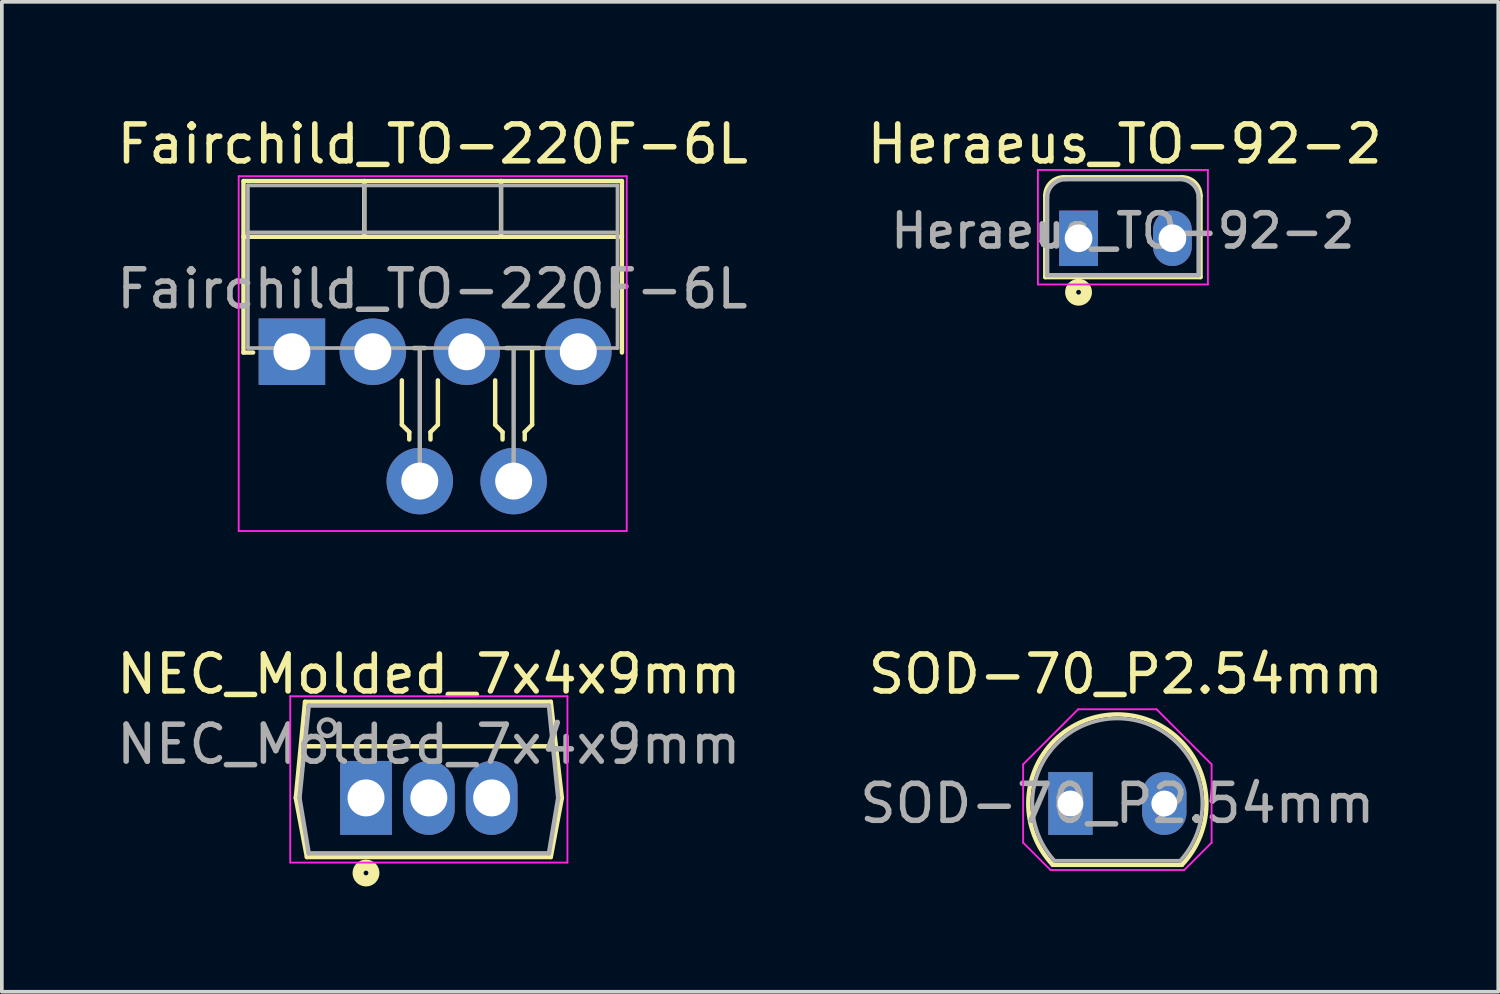
<source format=kicad_pcb>
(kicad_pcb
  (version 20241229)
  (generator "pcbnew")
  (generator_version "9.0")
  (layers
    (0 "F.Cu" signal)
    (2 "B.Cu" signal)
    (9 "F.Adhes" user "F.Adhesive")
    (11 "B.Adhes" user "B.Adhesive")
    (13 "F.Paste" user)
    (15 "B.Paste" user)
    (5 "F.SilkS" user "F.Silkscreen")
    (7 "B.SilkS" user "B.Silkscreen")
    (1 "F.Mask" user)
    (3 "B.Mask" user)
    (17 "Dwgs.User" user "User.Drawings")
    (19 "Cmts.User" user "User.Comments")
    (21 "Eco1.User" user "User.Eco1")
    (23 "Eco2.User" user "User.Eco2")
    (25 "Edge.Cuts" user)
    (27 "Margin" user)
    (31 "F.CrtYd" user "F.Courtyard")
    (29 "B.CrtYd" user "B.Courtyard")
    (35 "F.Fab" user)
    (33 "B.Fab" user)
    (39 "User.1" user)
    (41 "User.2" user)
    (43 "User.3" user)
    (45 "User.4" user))
  (footprint "Heraeus_TO-92-2"
    (layer "F.Cu")
    (at 26.135 3.398)
    (property "Reference" "Heraeus_TO-92-2" (at 1.25 -2.55 0) (layer "F.SilkS") (effects (font (size 1 1) (thickness 0.15))))
    (attr through_hole)
    (fp_line (start -0.9 1.05) (end -0.9 -1.15) (stroke (width 0.12) (type solid)) (layer "F.SilkS"))
    (fp_line (start -0.4 -1.65) (end 2.8 -1.65) (stroke (width 0.12) (type solid)) (layer "F.SilkS"))
    (fp_line (start 3.3 -1.15) (end 3.3 1.05) (stroke (width 0.12) (type solid)) (layer "F.SilkS"))
    (fp_line (start 3.3 1.05) (end -0.9 1.05) (stroke (width 0.12) (type solid)) (layer "F.SilkS"))
    (fp_arc (start -0.9 -1.15) (mid -0.753553 -1.503553) (end -0.4 -1.65) (stroke (width 0.12) (type solid)) (layer "F.SilkS"))
    (fp_arc (start 2.8 -1.65) (mid 3.153553 -1.503553) (end 3.3 -1.15) (stroke (width 0.12) (type solid)) (layer "F.SilkS"))
    (fp_circle (center 0 1.46) (end 0.064 1.46) (stroke (width 0.3) (type solid)) (fill no) (layer "F.SilkS"))
    (fp_line (start -1.1 -1.85) (end -1.1 1.25) (stroke (width 0.05) (type solid)) (layer "F.CrtYd"))
    (fp_line (start -1.1 1.25) (end 3.5 1.25) (stroke (width 0.05) (type solid)) (layer "F.CrtYd"))
    (fp_line (start 3.5 -1.85) (end -1.1 -1.85) (stroke (width 0.05) (type solid)) (layer "F.CrtYd"))
    (fp_line (start 3.5 1.25) (end 3.5 -1.85) (stroke (width 0.05) (type solid)) (layer "F.CrtYd"))
    (fp_line (start -0.85 -1.1) (end -0.85 1) (stroke (width 0.12) (type solid)) (layer "F.Fab"))
    (fp_line (start -0.85 1) (end 3.25 1) (stroke (width 0.12) (type solid)) (layer "F.Fab"))
    (fp_line (start 2.7 -1.6) (end -0.35 -1.6) (stroke (width 0.12) (type solid)) (layer "F.Fab"))
    (fp_line (start 3.25 1) (end 3.25 -1.1) (stroke (width 0.12) (type solid)) (layer "F.Fab"))
    (fp_arc (start -0.85 -1.1) (mid -0.703553 -1.453553) (end -0.35 -1.6) (stroke (width 0.12) (type solid)) (layer "F.Fab"))
    (fp_arc (start 2.75 -1.6) (mid 3.103553 -1.453553) (end 3.25 -1.1) (stroke (width 0.12) (type solid)) (layer "F.Fab"))
    (fp_text user "${REFERENCE}" (at 1.2 -0.2 0) (layer "F.Fab") (effects (font (size 0.9 0.9) (thickness 0.15))))
    (pad "1" thru_hole rect (at 0 0 180) (size 1.05 1.5) (drill 0.75) (layers "*.Cu" "*.Mask"))
    (pad "2" thru_hole oval (at 2.54 0 180) (size 1.05 1.5) (drill 0.75) (layers "*.Cu" "*.Mask")))
  (footprint "SOD-70_P2.54mm"
    (layer "F.Cu")
    (at 25.915 18.692)
    (property "Reference" "SOD-70_P2.54mm" (at 1.5 -3.5 0) (layer "F.SilkS") (effects (font (size 1 1) (thickness 0.15))))
    (attr through_hole)
    (fp_line (start 3.017 1.66) (end -0.477 1.66) (stroke (width 0.12) (type solid)) (layer "F.SilkS"))
    (fp_arc (start -0.477141 1.66) (mid 1.27 -2.41) (end 3.017141 1.66) (stroke (width 0.12) (type solid)) (layer "F.SilkS"))
    (fp_line (start -1.28 1.06) (end -1.28 -1.06) (stroke (width 0.05) (type solid)) (layer "F.CrtYd"))
    (fp_line (start -1.28 1.06) (end -0.54 1.8) (stroke (width 0.05) (type solid)) (layer "F.CrtYd"))
    (fp_line (start 0.21 -2.55) (end -1.28 -1.06) (stroke (width 0.05) (type solid)) (layer "F.CrtYd"))
    (fp_line (start 0.21 -2.55) (end 2.33 -2.55) (stroke (width 0.05) (type solid)) (layer "F.CrtYd"))
    (fp_line (start 2.33 -2.55) (end 3.82 -1.06) (stroke (width 0.05) (type solid)) (layer "F.CrtYd"))
    (fp_line (start 3.08 1.8) (end -0.54 1.8) (stroke (width 0.05) (type solid)) (layer "F.CrtYd"))
    (fp_line (start 3.08 1.8) (end 3.82 1.06) (stroke (width 0.05) (type solid)) (layer "F.CrtYd"))
    (fp_line (start 3.82 -1.06) (end 3.82 1.06) (stroke (width 0.05) (type solid)) (layer "F.CrtYd"))
    (fp_line (start 2.969 1.55) (end -0.429 1.55) (stroke (width 0.1) (type solid)) (layer "F.Fab"))
    (fp_arc (start -0.429265 1.55) (mid 1.27 -2.3) (end 2.969265 1.55) (stroke (width 0.1) (type solid)) (layer "F.Fab"))
    (fp_text user "${REFERENCE}" (at 1.27 0 0) (layer "F.Fab") (effects (font (size 1 1) (thickness 0.15))))
    (pad "1" thru_hole rect (at 0 0) (size 1.2 1.7) (drill 0.7) (layers "*.Cu" "*.Mask"))
    (pad "2" thru_hole oval (at 2.54 0) (size 1.2 1.7) (drill 0.7) (layers "*.Cu" "*.Mask")))
  (footprint "NEC_Molded_7x4x9mm"
    (layer "F.Cu")
    (at 6.854 18.541)
    (property "Reference" "NEC_Molded_7x4x9mm" (at 1.7 -3.35 0) (layer "F.SilkS") (effects (font (size 1 1) (thickness 0.15))))
    (attr through_hole)
    (fp_line (start -1.9 0) (end -1.6 1.6) (stroke (width 0.12) (type solid)) (layer "F.SilkS"))
    (fp_line (start -1.714 -1.397) (end 5.08 -1.397) (stroke (width 0.12) (type solid)) (layer "F.SilkS"))
    (fp_line (start -1.65 -2.6) (end -1.9 0) (stroke (width 0.12) (type solid)) (layer "F.SilkS"))
    (fp_line (start -1.6 1.6) (end 5 1.6) (stroke (width 0.12) (type solid)) (layer "F.SilkS"))
    (fp_line (start 5 -2.6) (end -1.65 -2.6) (stroke (width 0.12) (type solid)) (layer "F.SilkS"))
    (fp_line (start 5 1.6) (end 5.3 0) (stroke (width 0.12) (type solid)) (layer "F.SilkS"))
    (fp_line (start 5.3 0) (end 5 -2.6) (stroke (width 0.12) (type solid)) (layer "F.SilkS"))
    (fp_circle (center 0 2.032) (end 0.064 2.032) (stroke (width 0.3) (type solid)) (fill no) (layer "F.SilkS"))
    (fp_line (start -2.05 -2.75) (end -2.05 1.75) (stroke (width 0.05) (type solid)) (layer "F.CrtYd"))
    (fp_line (start -2.05 1.75) (end 5.45 1.75) (stroke (width 0.05) (type solid)) (layer "F.CrtYd"))
    (fp_line (start 5.45 -2.75) (end -2.05 -2.75) (stroke (width 0.05) (type solid)) (layer "F.CrtYd"))
    (fp_line (start 5.45 1.75) (end 5.45 -2.75) (stroke (width 0.05) (type solid)) (layer "F.CrtYd"))
    (fp_line (start -1.8 0) (end -1.55 -2.5) (stroke (width 0.12) (type solid)) (layer "F.Fab"))
    (fp_line (start -1.55 1.5) (end -1.8 0) (stroke (width 0.12) (type solid)) (layer "F.Fab"))
    (fp_line (start -1.55 1.5) (end 4.95 1.5) (stroke (width 0.12) (type solid)) (layer "F.Fab"))
    (fp_line (start 4.95 -2.5) (end -1.55 -2.5) (stroke (width 0.12) (type solid)) (layer "F.Fab"))
    (fp_line (start 4.95 -2.5) (end 5.2 0) (stroke (width 0.12) (type solid)) (layer "F.Fab"))
    (fp_line (start 5.2 0) (end 4.95 1.5) (stroke (width 0.12) (type solid)) (layer "F.Fab"))
    (fp_circle (center -1.05 -1.9) (end -0.85 -1.8) (stroke (width 0.12) (type solid)) (fill no) (layer "F.Fab"))
    (fp_text user "${REFERENCE}" (at 1.7 -1.45 0) (layer "F.Fab") (effects (font (size 1 1) (thickness 0.15))))
    (pad "1" thru_hole rect (at 0 0 180) (size 1.4 2) (drill 1) (layers "*.Cu" "*.Mask"))
    (pad "2" thru_hole oval (at 1.7 0 180) (size 1.4 2) (drill 1) (layers "*.Cu" "*.Mask"))
    (pad "3" thru_hole oval (at 3.4 0 180) (size 1.4 2) (drill 1) (layers "*.Cu" "*.Mask")))
  (footprint "Fairchild_TO-220F-6L"
    (layer "F.Cu")
    (at 4.849 6.468)
    (property "Reference" "Fairchild_TO-220F-6L" (at 3.81 -5.62 0) (layer "F.SilkS") (effects (font (size 1 1) (thickness 0.15))))
    (attr through_hole)
    (fp_line (start -1.31 -4.62) (end -1.31 0.021) (stroke (width 0.12) (type solid)) (layer "F.SilkS"))
    (fp_line (start -1.31 -4.62) (end 8.93 -4.62) (stroke (width 0.12) (type solid)) (layer "F.SilkS"))
    (fp_line (start -1.31 -3.111) (end 8.93 -3.111) (stroke (width 0.12) (type solid)) (layer "F.SilkS"))
    (fp_line (start -1.31 0.021) (end -1.05 0.021) (stroke (width 0.12) (type solid)) (layer "F.SilkS"))
    (fp_line (start 1.96 -4.62) (end 1.96 -3.111) (stroke (width 0.12) (type solid)) (layer "F.SilkS"))
    (fp_line (start 2.975 0.775) (end 2.975 1.975) (stroke (width 0.12) (type solid)) (layer "F.SilkS"))
    (fp_line (start 2.975 1.975) (end 3.175 2.175) (stroke (width 0.12) (type solid)) (layer "F.SilkS"))
    (fp_line (start 3.175 2.175) (end 3.175 2.375) (stroke (width 0.12) (type solid)) (layer "F.SilkS"))
    (fp_line (start 3.3 -0.1) (end 3.6 -0.1) (stroke (width 0.12) (type solid)) (layer "F.SilkS"))
    (fp_line (start 3.75 2.175) (end 3.75 2.375) (stroke (width 0.12) (type solid)) (layer "F.SilkS"))
    (fp_line (start 3.95 0.775) (end 3.95 1.975) (stroke (width 0.12) (type solid)) (layer "F.SilkS"))
    (fp_line (start 3.95 1.975) (end 3.75 2.175) (stroke (width 0.12) (type solid)) (layer "F.SilkS"))
    (fp_line (start 5.5 0.775) (end 5.5 1.975) (stroke (width 0.12) (type solid)) (layer "F.SilkS"))
    (fp_line (start 5.5 1.975) (end 5.7 2.175) (stroke (width 0.12) (type solid)) (layer "F.SilkS"))
    (fp_line (start 5.66 -4.62) (end 5.66 -3.111) (stroke (width 0.12) (type solid)) (layer "F.SilkS"))
    (fp_line (start 5.7 2.175) (end 5.7 2.375) (stroke (width 0.12) (type solid)) (layer "F.SilkS"))
    (fp_line (start 5.8 -0.1) (end 6.7 -0.1) (stroke (width 0.12) (type solid)) (layer "F.SilkS"))
    (fp_line (start 6.3 2.175) (end 6.3 2.375) (stroke (width 0.12) (type solid)) (layer "F.SilkS"))
    (fp_line (start 6.5 -0.1) (end 6.5 1.975) (stroke (width 0.12) (type solid)) (layer "F.SilkS"))
    (fp_line (start 6.5 1.975) (end 6.3 2.175) (stroke (width 0.12) (type solid)) (layer "F.SilkS"))
    (fp_line (start 8.93 -4.62) (end 8.93 0.021) (stroke (width 0.12) (type solid)) (layer "F.SilkS"))
    (fp_line (start -1.44 -4.75) (end -1.44 4.85) (stroke (width 0.05) (type solid)) (layer "F.CrtYd"))
    (fp_line (start -1.44 4.85) (end 9.06 4.85) (stroke (width 0.05) (type solid)) (layer "F.CrtYd"))
    (fp_line (start 9.06 -4.75) (end -1.44 -4.75) (stroke (width 0.05) (type solid)) (layer "F.CrtYd"))
    (fp_line (start 9.06 4.85) (end 9.06 -4.75) (stroke (width 0.05) (type solid)) (layer "F.CrtYd"))
    (fp_line (start -1.19 -4.5) (end -1.19 -0.1) (stroke (width 0.1) (type solid)) (layer "F.Fab"))
    (fp_line (start -1.19 -3.23) (end 8.81 -3.23) (stroke (width 0.1) (type solid)) (layer "F.Fab"))
    (fp_line (start -1.19 -0.1) (end 8.81 -0.1) (stroke (width 0.1) (type solid)) (layer "F.Fab"))
    (fp_line (start 0 -0.1) (end 0 0) (stroke (width 0.1) (type solid)) (layer "F.Fab"))
    (fp_line (start 1.96 -4.5) (end 1.96 -3.23) (stroke (width 0.1) (type solid)) (layer "F.Fab"))
    (fp_line (start 3.46 3.5) (end 3.46 -0.1) (stroke (width 0.12) (type solid)) (layer "F.Fab"))
    (fp_line (start 5.66 -4.5) (end 5.66 -3.23) (stroke (width 0.1) (type solid)) (layer "F.Fab"))
    (fp_line (start 6 3.5) (end 6 -0.1) (stroke (width 0.12) (type solid)) (layer "F.Fab"))
    (fp_line (start 8.81 -4.5) (end -1.19 -4.5) (stroke (width 0.1) (type solid)) (layer "F.Fab"))
    (fp_line (start 8.81 -0.1) (end 8.81 -4.5) (stroke (width 0.1) (type solid)) (layer "F.Fab"))
    (fp_text user "${REFERENCE}" (at 3.8 -1.7 0) (layer "F.Fab") (effects (font (size 1 1) (thickness 0.15))))
    (pad "1" thru_hole rect (at 0 0) (size 1.8 1.8) (drill 1) (layers "*.Cu" "*.Mask"))
    (pad "2" thru_hole oval (at 2.19 0) (size 1.8 1.8) (drill 1) (layers "*.Cu" "*.Mask"))
    (pad "3" thru_hole oval (at 3.46 3.5) (size 1.8 1.8) (drill 1) (layers "*.Cu" "*.Mask"))
    (pad "4" thru_hole oval (at 4.73 0) (size 1.8 1.8) (drill 1) (layers "*.Cu" "*.Mask"))
    (pad "5" thru_hole oval (at 6 3.5) (size 1.8 1.8) (drill 1) (layers "*.Cu" "*.Mask"))
    (pad "6" thru_hole oval (at 7.75 0) (size 1.8 1.8) (drill 1) (layers "*.Cu" "*.Mask")))
  (gr_rect
    (start -3 -3)
    (end 37.492 23.787)
    (stroke (width 0.1) (type default))
    (fill no)
    (layer "Edge.Cuts")))
</source>
